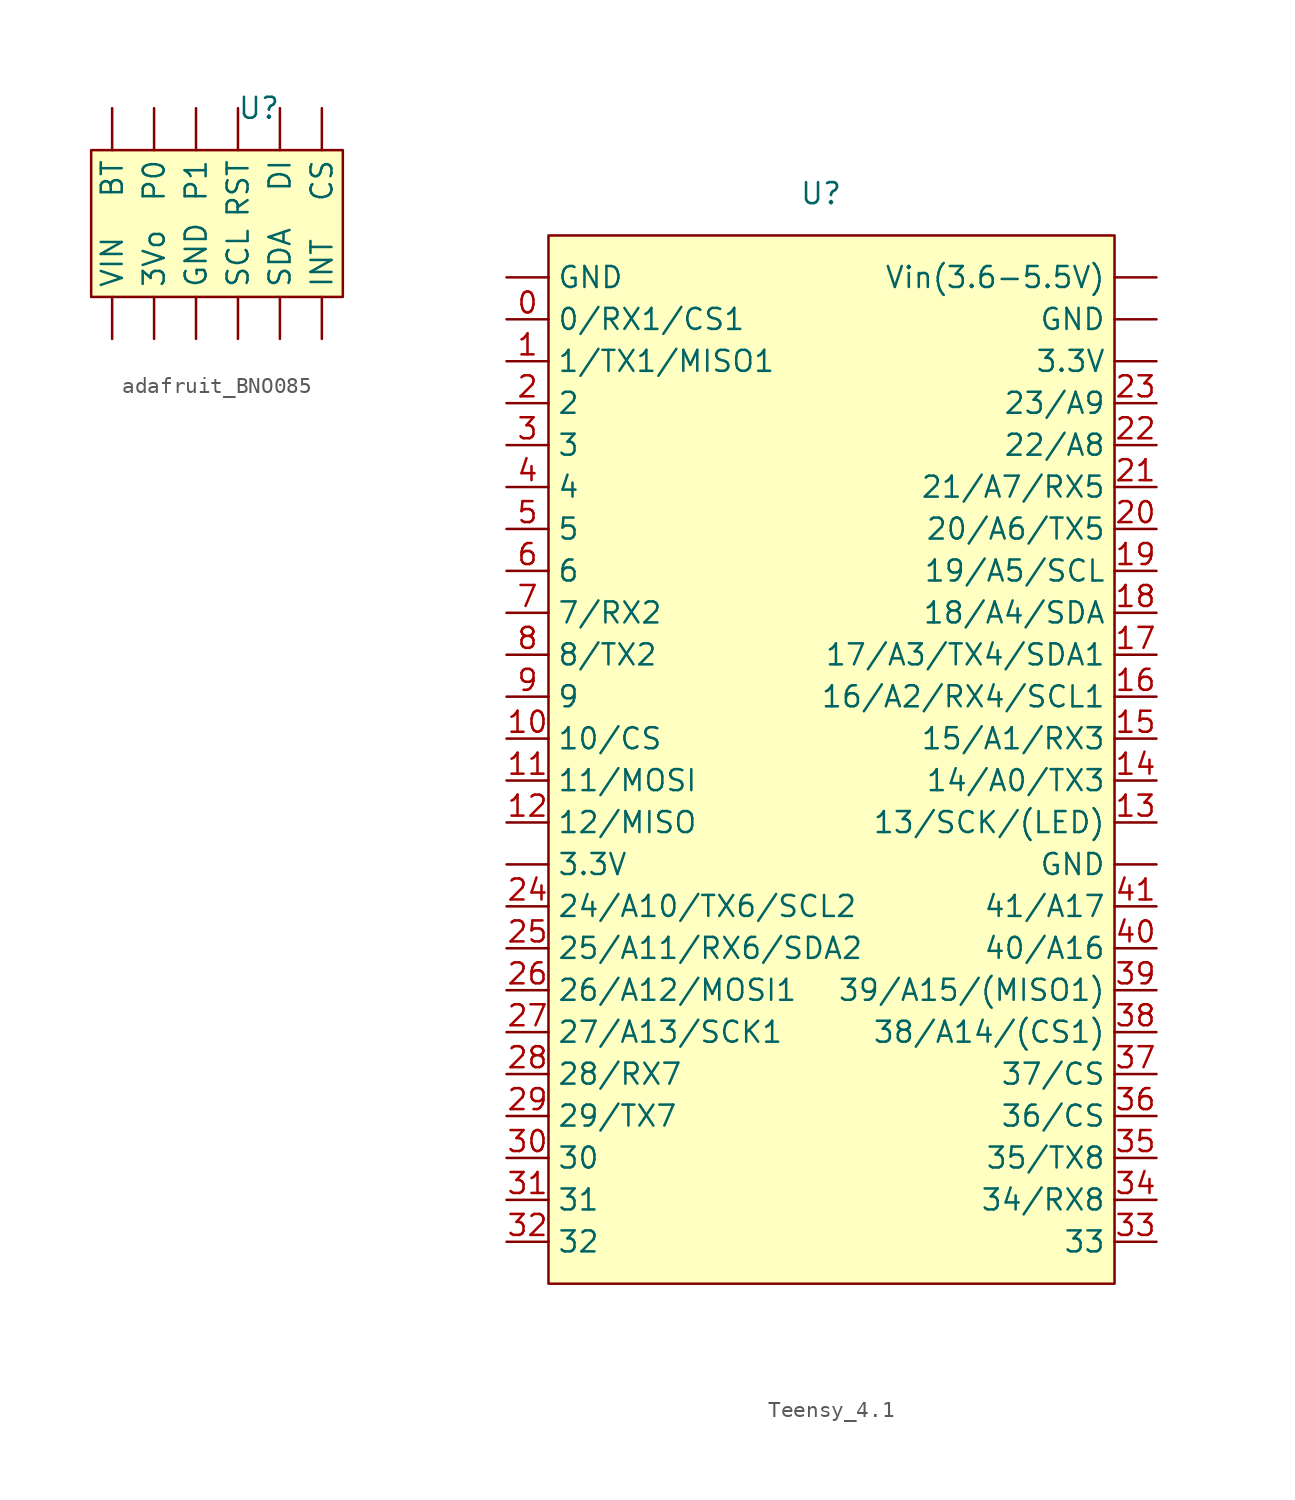
<source format=kicad_sym>
(kicad_symbol_lib
  (version 20220914)
  (generator kicad_symbol_editor)
  (symbol "adafruit_BNO085"
    (property "Reference" "U"
      (at 0 2.54 0)
      (effects (font (size 1.27 1.27))))
    (property "Value" ""
      (at 0 2.54 0)
      (effects (font (size 1.27 1.27))))
    (symbol "adafruit_BNO085_1_1"
      (rectangle (start -10.16 0) (end 5.08 -8.89) (stroke (width 0) (type default)) (fill (type background)))
      (pin power_out line (at -6.35 -11.43 90) (length 2.54) (name "3Vo" (effects (font (size 1.27 1.27)))) (number "" (effects (font (size 1.27 1.27)))))
      (pin input line (at -8.89 2.54 270) (length 2.54) (name "BT" (effects (font (size 1.27 1.27)))) (number "" (effects (font (size 1.27 1.27)))))
      (pin input line (at 3.81 2.54 270) (length 2.54) (name "CS" (effects (font (size 1.27 1.27)))) (number "" (effects (font (size 1.27 1.27)))))
      (pin input line (at 1.27 2.54 270) (length 2.54) (name "DI" (effects (font (size 1.27 1.27)))) (number "" (effects (font (size 1.27 1.27)))))
      (pin power_in line (at -3.81 -11.43 90) (length 2.54) (name "GND" (effects (font (size 1.27 1.27)))) (number "" (effects (font (size 1.27 1.27)))))
      (pin output line (at 3.81 -11.43 90) (length 2.54) (name "INT" (effects (font (size 1.27 1.27)))) (number "" (effects (font (size 1.27 1.27)))))
      (pin input line (at -6.35 2.54 270) (length 2.54) (name "P0" (effects (font (size 1.27 1.27)))) (number "" (effects (font (size 1.27 1.27)))))
      (pin input line (at -3.81 2.54 270) (length 2.54) (name "P1" (effects (font (size 1.27 1.27)))) (number "" (effects (font (size 1.27 1.27)))))
      (pin input line (at -1.27 2.54 270) (length 2.54) (name "RST" (effects (font (size 1.27 1.27)))) (number "" (effects (font (size 1.27 1.27)))))
      (pin bidirectional line (at -1.27 -11.43 90) (length 2.54) (name "SCL" (effects (font (size 1.27 1.27)))) (number "" (effects (font (size 1.27 1.27)))))
      (pin bidirectional line (at 1.27 -11.43 90) (length 2.54) (name "SDA" (effects (font (size 1.27 1.27)))) (number "" (effects (font (size 1.27 1.27)))))
      (pin power_in line (at -8.89 -11.43 90) (length 2.54) (name "VIN" (effects (font (size 1.27 1.27)))) (number "" (effects (font (size 1.27 1.27)))))))
  (symbol "Teensy_4.1"
    (property "Reference" "U"
      (at 16.51 5.08 0)
      (effects (font (size 1.27 1.27))))
    (property "Value" ""
      (at 0 0 0)
      (effects (font (size 1.27 1.27))))
    (symbol "Teensy_4.1_1_1"
      (rectangle (start 0 2.54) (end 34.29 -60.96) (stroke (width 0) (type default)) (fill (type background)))
      (pin power_out line (at -2.54 -35.56 0) (length 2.54) (name "3.3V" (effects (font (size 1.27 1.27)))) (number "" (effects (font (size 1.27 1.27)))))
      (pin power_out line (at 36.83 -5.08 180) (length 2.54) (name "3.3V" (effects (font (size 1.27 1.27)))) (number "" (effects (font (size 1.27 1.27)))))
      (pin power_in line (at -2.54 0 0) (length 2.54) (name "GND" (effects (font (size 1.27 1.27)))) (number "" (effects (font (size 1.27 1.27)))))
      (pin power_in line (at 36.83 -35.56 180) (length 2.54) (name "GND" (effects (font (size 1.27 1.27)))) (number "" (effects (font (size 1.27 1.27)))))
      (pin power_in line (at 36.83 -2.54 180) (length 2.54) (name "GND" (effects (font (size 1.27 1.27)))) (number "" (effects (font (size 1.27 1.27)))))
      (pin power_in line (at 36.83 0 180) (length 2.54) (name "Vin(3.6-5.5V)" (effects (font (size 1.27 1.27)))) (number "" (effects (font (size 1.27 1.27)))))
      (pin bidirectional line (at -2.54 -2.54 0) (length 2.54) (name "0/RX1/CS1" (effects (font (size 1.27 1.27)))) (number "0" (effects (font (size 1.27 1.27)))))
      (pin bidirectional line (at -2.54 -5.08 0) (length 2.54) (name "1/TX1/MISO1" (effects (font (size 1.27 1.27)))) (number "1" (effects (font (size 1.27 1.27)))))
      (pin bidirectional line (at -2.54 -27.94 0) (length 2.54) (name "10/CS" (effects (font (size 1.27 1.27)))) (number "10" (effects (font (size 1.27 1.27)))))
      (pin bidirectional line (at -2.54 -30.48 0) (length 2.54) (name "11/MOSI" (effects (font (size 1.27 1.27)))) (number "11" (effects (font (size 1.27 1.27)))))
      (pin bidirectional line (at -2.54 -33.02 0) (length 2.54) (name "12/MISO" (effects (font (size 1.27 1.27)))) (number "12" (effects (font (size 1.27 1.27)))))
      (pin bidirectional line (at 36.83 -33.02 180) (length 2.54) (name "13/SCK/(LED)" (effects (font (size 1.27 1.27)))) (number "13" (effects (font (size 1.27 1.27)))))
      (pin bidirectional line (at 36.83 -30.48 180) (length 2.54) (name "14/A0/TX3" (effects (font (size 1.27 1.27)))) (number "14" (effects (font (size 1.27 1.27)))))
      (pin bidirectional line (at 36.83 -27.94 180) (length 2.54) (name "15/A1/RX3" (effects (font (size 1.27 1.27)))) (number "15" (effects (font (size 1.27 1.27)))))
      (pin bidirectional line (at 36.83 -25.4 180) (length 2.54) (name "16/A2/RX4/SCL1" (effects (font (size 1.27 1.27)))) (number "16" (effects (font (size 1.27 1.27)))))
      (pin bidirectional line (at 36.83 -22.86 180) (length 2.54) (name "17/A3/TX4/SDA1" (effects (font (size 1.27 1.27)))) (number "17" (effects (font (size 1.27 1.27)))))
      (pin bidirectional line (at 36.83 -20.32 180) (length 2.54) (name "18/A4/SDA" (effects (font (size 1.27 1.27)))) (number "18" (effects (font (size 1.27 1.27)))))
      (pin bidirectional line (at 36.83 -17.78 180) (length 2.54) (name "19/A5/SCL" (effects (font (size 1.27 1.27)))) (number "19" (effects (font (size 1.27 1.27)))))
      (pin bidirectional line (at -2.54 -7.62 0) (length 2.54) (name "2" (effects (font (size 1.27 1.27)))) (number "2" (effects (font (size 1.27 1.27)))))
      (pin bidirectional line (at 36.83 -15.24 180) (length 2.54) (name "20/A6/TX5" (effects (font (size 1.27 1.27)))) (number "20" (effects (font (size 1.27 1.27)))))
      (pin bidirectional line (at 36.83 -12.7 180) (length 2.54) (name "21/A7/RX5" (effects (font (size 1.27 1.27)))) (number "21" (effects (font (size 1.27 1.27)))))
      (pin bidirectional line (at 36.83 -10.16 180) (length 2.54) (name "22/A8" (effects (font (size 1.27 1.27)))) (number "22" (effects (font (size 1.27 1.27)))))
      (pin bidirectional line (at 36.83 -7.62 180) (length 2.54) (name "23/A9" (effects (font (size 1.27 1.27)))) (number "23" (effects (font (size 1.27 1.27)))))
      (pin bidirectional line (at -2.54 -38.1 0) (length 2.54) (name "24/A10/TX6/SCL2" (effects (font (size 1.27 1.27)))) (number "24" (effects (font (size 1.27 1.27)))))
      (pin bidirectional line (at -2.54 -40.64 0) (length 2.54) (name "25/A11/RX6/SDA2" (effects (font (size 1.27 1.27)))) (number "25" (effects (font (size 1.27 1.27)))))
      (pin bidirectional line (at -2.54 -43.18 0) (length 2.54) (name "26/A12/MOSI1" (effects (font (size 1.27 1.27)))) (number "26" (effects (font (size 1.27 1.27)))))
      (pin bidirectional line (at -2.54 -45.72 0) (length 2.54) (name "27/A13/SCK1" (effects (font (size 1.27 1.27)))) (number "27" (effects (font (size 1.27 1.27)))))
      (pin bidirectional line (at -2.54 -48.26 0) (length 2.54) (name "28/RX7" (effects (font (size 1.27 1.27)))) (number "28" (effects (font (size 1.27 1.27)))))
      (pin bidirectional line (at -2.54 -50.8 0) (length 2.54) (name "29/TX7" (effects (font (size 1.27 1.27)))) (number "29" (effects (font (size 1.27 1.27)))))
      (pin bidirectional line (at -2.54 -10.16 0) (length 2.54) (name "3" (effects (font (size 1.27 1.27)))) (number "3" (effects (font (size 1.27 1.27)))))
      (pin bidirectional line (at -2.54 -53.34 0) (length 2.54) (name "30" (effects (font (size 1.27 1.27)))) (number "30" (effects (font (size 1.27 1.27)))))
      (pin bidirectional line (at -2.54 -55.88 0) (length 2.54) (name "31" (effects (font (size 1.27 1.27)))) (number "31" (effects (font (size 1.27 1.27)))))
      (pin bidirectional line (at -2.54 -58.42 0) (length 2.54) (name "32" (effects (font (size 1.27 1.27)))) (number "32" (effects (font (size 1.27 1.27)))))
      (pin bidirectional line (at 36.83 -58.42 180) (length 2.54) (name "33" (effects (font (size 1.27 1.27)))) (number "33" (effects (font (size 1.27 1.27)))))
      (pin bidirectional line (at 36.83 -55.88 180) (length 2.54) (name "34/RX8" (effects (font (size 1.27 1.27)))) (number "34" (effects (font (size 1.27 1.27)))))
      (pin bidirectional line (at 36.83 -53.34 180) (length 2.54) (name "35/TX8" (effects (font (size 1.27 1.27)))) (number "35" (effects (font (size 1.27 1.27)))))
      (pin bidirectional line (at 36.83 -50.8 180) (length 2.54) (name "36/CS" (effects (font (size 1.27 1.27)))) (number "36" (effects (font (size 1.27 1.27)))))
      (pin bidirectional line (at 36.83 -48.26 180) (length 2.54) (name "37/CS" (effects (font (size 1.27 1.27)))) (number "37" (effects (font (size 1.27 1.27)))))
      (pin bidirectional line (at 36.83 -45.72 180) (length 2.54) (name "38/A14/(CS1)" (effects (font (size 1.27 1.27)))) (number "38" (effects (font (size 1.27 1.27)))))
      (pin bidirectional line (at 36.83 -43.18 180) (length 2.54) (name "39/A15/(MISO1)" (effects (font (size 1.27 1.27)))) (number "39" (effects (font (size 1.27 1.27)))))
      (pin bidirectional line (at -2.54 -12.7 0) (length 2.54) (name "4" (effects (font (size 1.27 1.27)))) (number "4" (effects (font (size 1.27 1.27)))))
      (pin bidirectional line (at 36.83 -40.64 180) (length 2.54) (name "40/A16" (effects (font (size 1.27 1.27)))) (number "40" (effects (font (size 1.27 1.27)))))
      (pin bidirectional line (at 36.83 -38.1 180) (length 2.54) (name "41/A17" (effects (font (size 1.27 1.27)))) (number "41" (effects (font (size 1.27 1.27)))))
      (pin bidirectional line (at -2.54 -15.24 0) (length 2.54) (name "5" (effects (font (size 1.27 1.27)))) (number "5" (effects (font (size 1.27 1.27)))))
      (pin bidirectional line (at -2.54 -17.78 0) (length 2.54) (name "6" (effects (font (size 1.27 1.27)))) (number "6" (effects (font (size 1.27 1.27)))))
      (pin bidirectional line (at -2.54 -20.32 0) (length 2.54) (name "7/RX2" (effects (font (size 1.27 1.27)))) (number "7" (effects (font (size 1.27 1.27)))))
      (pin bidirectional line (at -2.54 -22.86 0) (length 2.54) (name "8/TX2" (effects (font (size 1.27 1.27)))) (number "8" (effects (font (size 1.27 1.27)))))
      (pin bidirectional line (at -2.54 -25.4 0) (length 2.54) (name "9" (effects (font (size 1.27 1.27)))) (number "9" (effects (font (size 1.27 1.27))))))))
</source>
